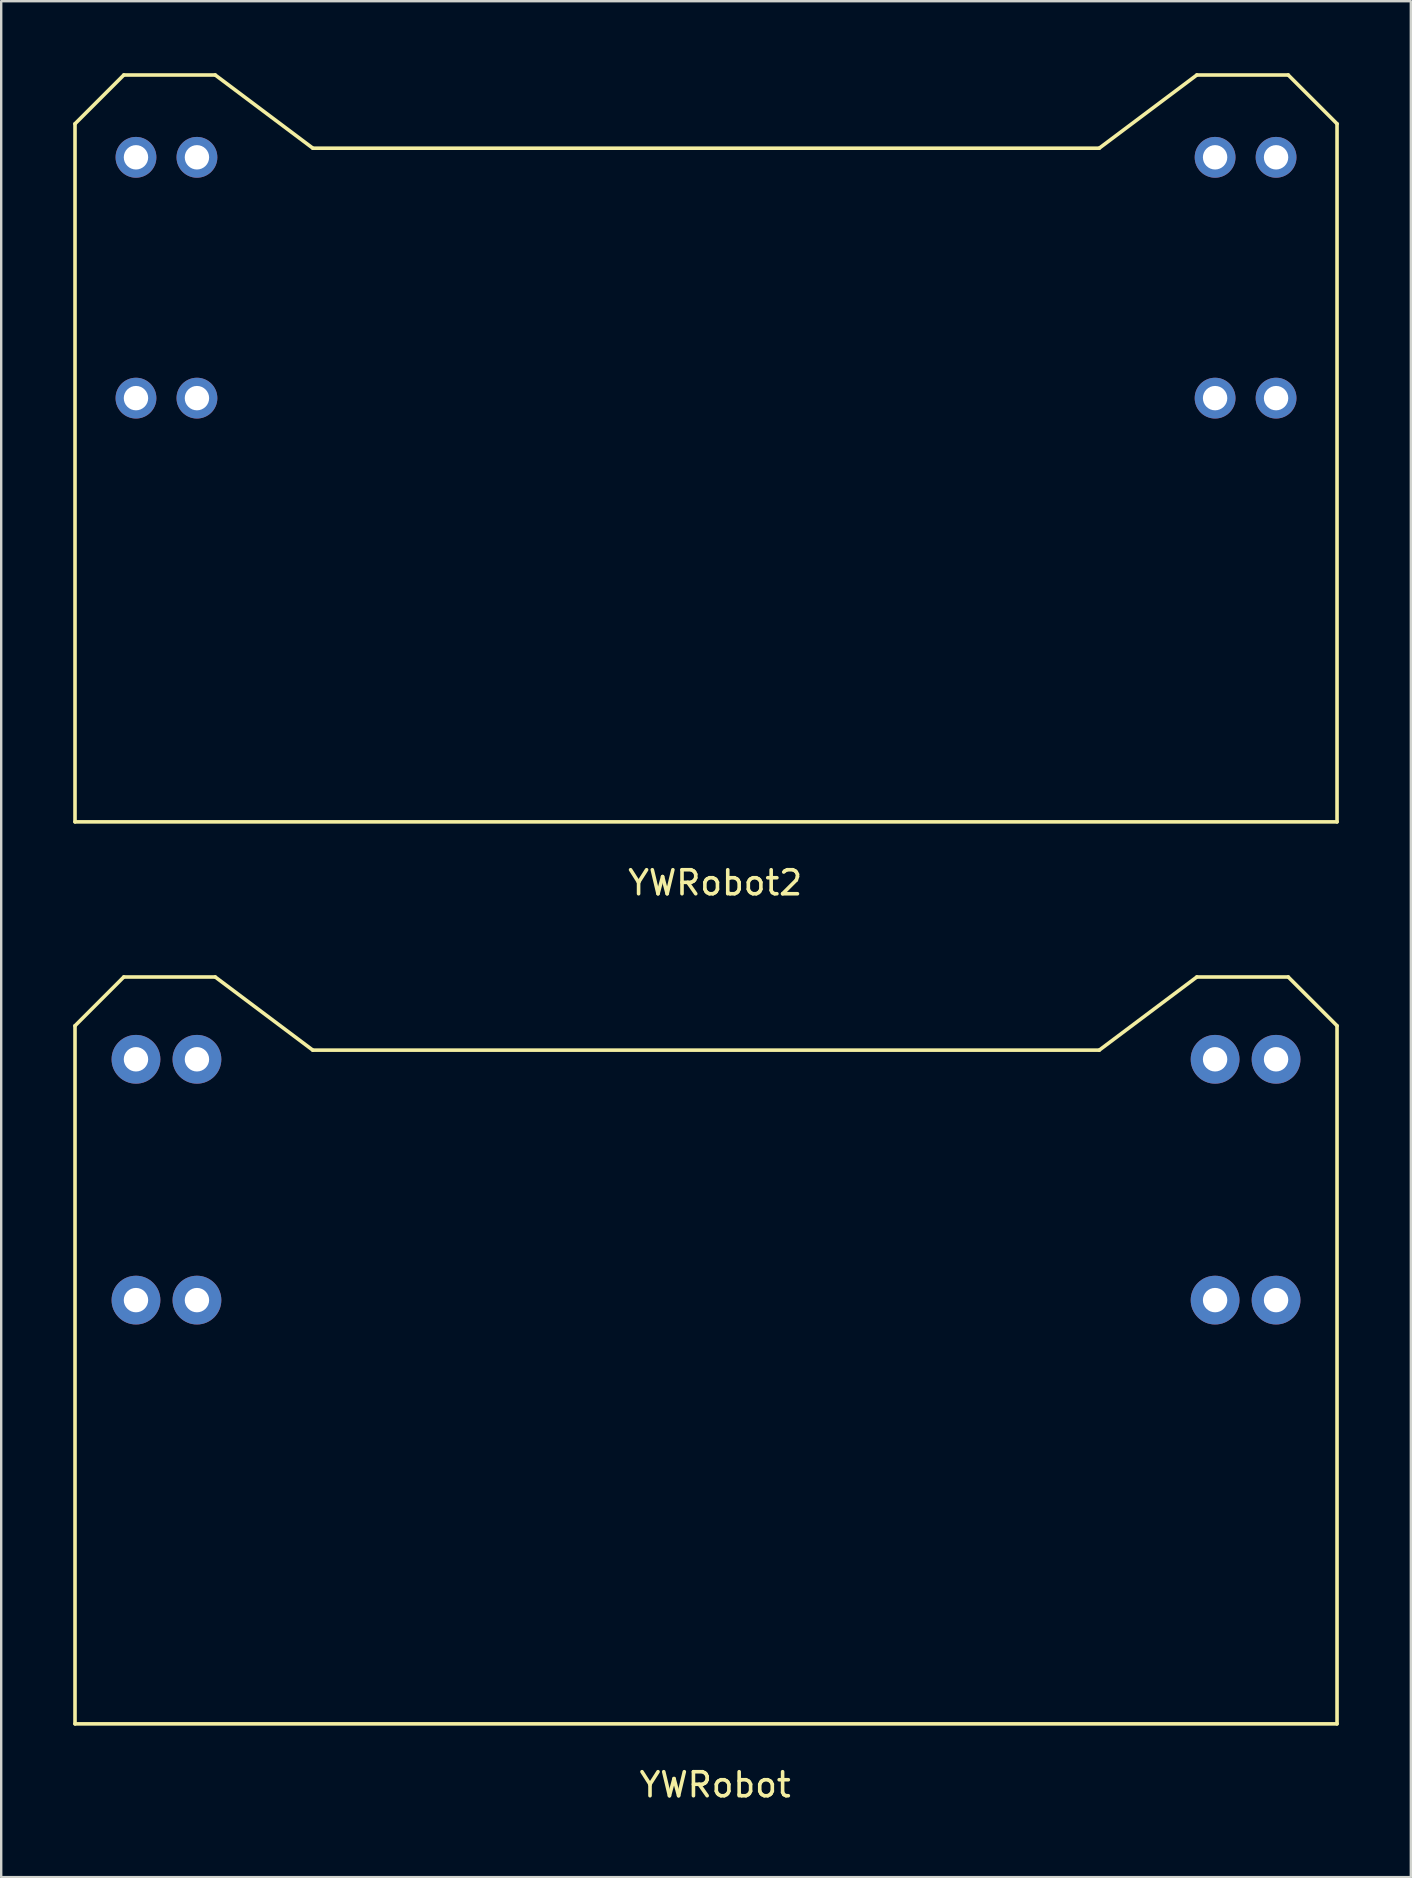
<source format=kicad_pcb>
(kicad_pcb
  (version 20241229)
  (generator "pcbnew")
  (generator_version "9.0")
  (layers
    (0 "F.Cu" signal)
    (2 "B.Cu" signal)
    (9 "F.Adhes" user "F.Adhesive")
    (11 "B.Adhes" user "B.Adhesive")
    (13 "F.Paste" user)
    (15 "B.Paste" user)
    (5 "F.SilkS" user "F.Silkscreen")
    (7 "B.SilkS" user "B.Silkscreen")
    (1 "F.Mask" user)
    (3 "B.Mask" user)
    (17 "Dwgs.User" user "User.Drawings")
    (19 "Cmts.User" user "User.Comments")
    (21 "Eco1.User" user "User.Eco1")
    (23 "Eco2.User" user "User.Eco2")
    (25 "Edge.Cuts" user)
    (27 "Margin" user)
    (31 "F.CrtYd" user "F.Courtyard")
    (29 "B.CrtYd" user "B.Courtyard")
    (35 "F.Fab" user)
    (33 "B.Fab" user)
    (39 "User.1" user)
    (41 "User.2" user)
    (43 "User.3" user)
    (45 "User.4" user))
  (footprint "YWRobot2"
    (layer "F.Cu")
    (at 26.745 31.19)
    (property "Reference" "YWRobot2" (at 0 2.54 0) (layer "F.SilkS") (effects (font (size 1 1) (thickness 0.15))))
    (attr through_hole)
    (fp_line (start -26.67 -29.083) (end -26.67 0) (stroke (width 0.15) (type solid)) (layer "F.SilkS"))
    (fp_line (start -26.67 0) (end 25.908 0) (stroke (width 0.15) (type solid)) (layer "F.SilkS"))
    (fp_line (start -24.638 -31.115) (end -26.67 -29.083) (stroke (width 0.15) (type solid)) (layer "F.SilkS"))
    (fp_line (start -24.638 -31.115) (end -20.828 -31.115) (stroke (width 0.15) (type solid)) (layer "F.SilkS"))
    (fp_line (start -20.828 -31.115) (end -16.764 -28.067) (stroke (width 0.15) (type solid)) (layer "F.SilkS"))
    (fp_line (start 16.002 -28.067) (end -16.764 -28.067) (stroke (width 0.15) (type solid)) (layer "F.SilkS"))
    (fp_line (start 20.066 -31.115) (end 16.002 -28.067) (stroke (width 0.15) (type solid)) (layer "F.SilkS"))
    (fp_line (start 23.876 -31.115) (end 20.066 -31.115) (stroke (width 0.15) (type solid)) (layer "F.SilkS"))
    (fp_line (start 25.908 -29.083) (end 23.876 -31.115) (stroke (width 0.15) (type solid)) (layer "F.SilkS"))
    (fp_line (start 25.908 0) (end 25.908 -29.083) (stroke (width 0.15) (type solid)) (layer "F.SilkS"))
    (pad "1" thru_hole circle (at -21.59 -27.686) (size 1.7 1.7) (drill 1.016) (layers "*.Cu" "*.Mask"))
    (pad "2" thru_hole circle (at -21.59 -17.653) (size 1.7 1.7) (drill 1.016) (layers "*.Cu" "*.Mask"))
    (pad "3" thru_hole circle (at -24.13 -17.653) (size 1.7 1.7) (drill 1.016) (layers "*.Cu" "*.Mask"))
    (pad "4" thru_hole circle (at 23.368 -27.686) (size 1.7 1.7) (drill 1.016) (layers "*.Cu" "*.Mask"))
    (pad "5" thru_hole circle (at 20.828 -27.686) (size 1.7 1.7) (drill 1.016) (layers "*.Cu" "*.Mask"))
    (pad "6" thru_hole circle (at -24.13 -27.686) (size 1.7 1.7) (drill 1.016) (layers "*.Cu" "*.Mask"))
    (pad "7" thru_hole circle (at 20.828 -17.653) (size 1.7 1.7) (drill 1.016) (layers "*.Cu" "*.Mask"))
    (pad "8" thru_hole circle (at 23.368 -17.653) (size 1.7 1.7) (drill 1.016) (layers "*.Cu" "*.Mask")))
  (footprint "YWRobot"
    (layer "F.Cu")
    (at 26.745 68.768)
    (property "Reference" "YWRobot" (at 0 2.54 0) (layer "F.SilkS") (effects (font (size 1 1) (thickness 0.15))))
    (attr through_hole)
    (fp_line (start -26.67 -29.083) (end -26.67 0) (stroke (width 0.15) (type solid)) (layer "F.SilkS"))
    (fp_line (start -26.67 0) (end 25.908 0) (stroke (width 0.15) (type solid)) (layer "F.SilkS"))
    (fp_line (start -24.638 -31.115) (end -26.67 -29.083) (stroke (width 0.15) (type solid)) (layer "F.SilkS"))
    (fp_line (start -24.638 -31.115) (end -20.828 -31.115) (stroke (width 0.15) (type solid)) (layer "F.SilkS"))
    (fp_line (start -20.828 -31.115) (end -16.764 -28.067) (stroke (width 0.15) (type solid)) (layer "F.SilkS"))
    (fp_line (start 16.002 -28.067) (end -16.764 -28.067) (stroke (width 0.15) (type solid)) (layer "F.SilkS"))
    (fp_line (start 20.066 -31.115) (end 16.002 -28.067) (stroke (width 0.15) (type solid)) (layer "F.SilkS"))
    (fp_line (start 23.876 -31.115) (end 20.066 -31.115) (stroke (width 0.15) (type solid)) (layer "F.SilkS"))
    (fp_line (start 25.908 -29.083) (end 23.876 -31.115) (stroke (width 0.15) (type solid)) (layer "F.SilkS"))
    (fp_line (start 25.908 0) (end 25.908 -29.083) (stroke (width 0.15) (type solid)) (layer "F.SilkS"))
    (pad "1" thru_hole circle (at -21.59 -27.686) (size 2.032 2.032) (drill 1.016) (layers "*.Cu" "*.Mask"))
    (pad "2" thru_hole circle (at -21.59 -17.653) (size 2.032 2.032) (drill 1.016) (layers "*.Cu" "*.Mask"))
    (pad "3" thru_hole circle (at -24.13 -17.653) (size 2.032 2.032) (drill 1.016) (layers "*.Cu" "*.Mask"))
    (pad "4" thru_hole circle (at 23.368 -27.686) (size 2.032 2.032) (drill 1.016) (layers "*.Cu" "*.Mask"))
    (pad "5" thru_hole circle (at 20.828 -27.686) (size 2.032 2.032) (drill 1.016) (layers "*.Cu" "*.Mask"))
    (pad "6" thru_hole circle (at -24.13 -27.686) (size 2.032 2.032) (drill 1.016) (layers "*.Cu" "*.Mask"))
    (pad "7" thru_hole circle (at 20.828 -17.653) (size 2.032 2.032) (drill 1.016) (layers "*.Cu" "*.Mask"))
    (pad "8" thru_hole circle (at 23.368 -17.653) (size 2.032 2.032) (drill 1.016) (layers "*.Cu" "*.Mask")))
  (gr_rect
    (start -3 -3)
    (end 55.728 75.156)
    (stroke (width 0.1) (type default))
    (fill no)
    (layer "Edge.Cuts")))
</source>
